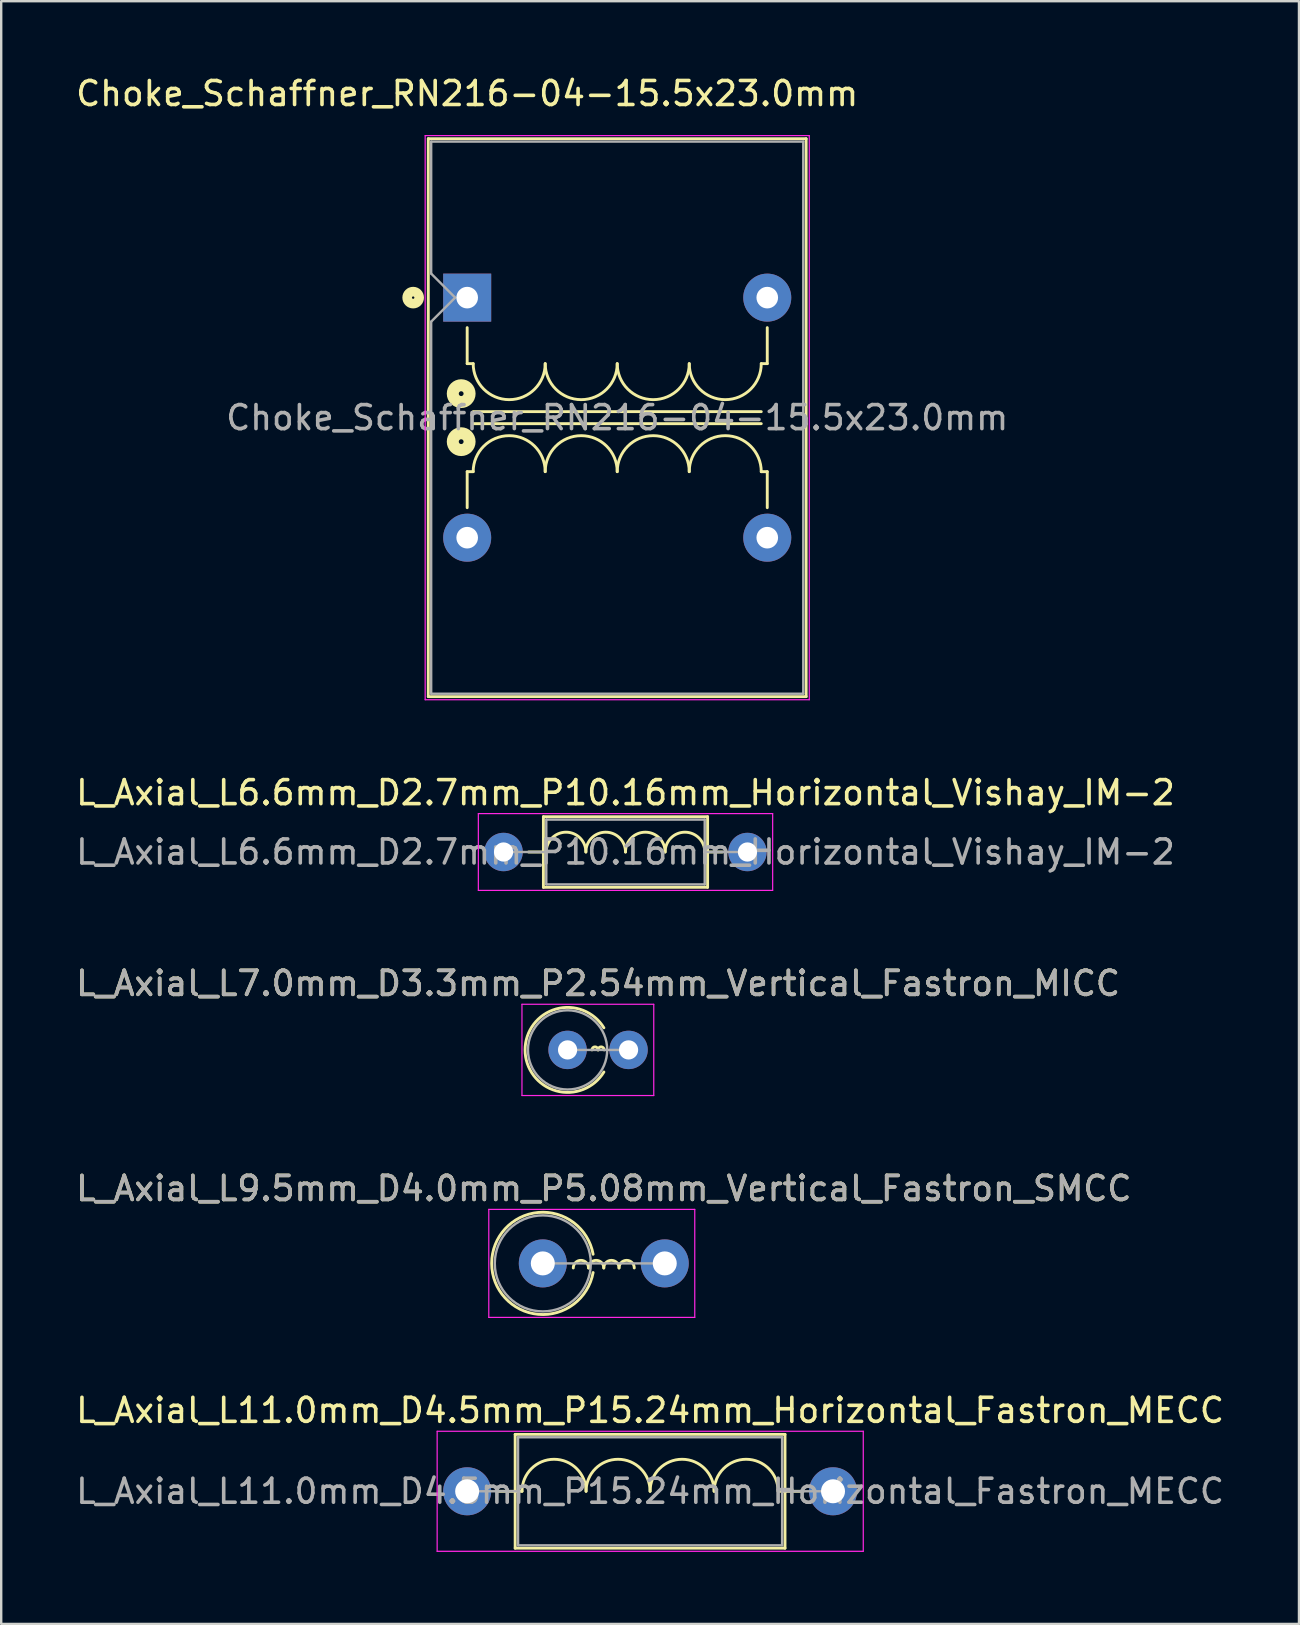
<source format=kicad_pcb>
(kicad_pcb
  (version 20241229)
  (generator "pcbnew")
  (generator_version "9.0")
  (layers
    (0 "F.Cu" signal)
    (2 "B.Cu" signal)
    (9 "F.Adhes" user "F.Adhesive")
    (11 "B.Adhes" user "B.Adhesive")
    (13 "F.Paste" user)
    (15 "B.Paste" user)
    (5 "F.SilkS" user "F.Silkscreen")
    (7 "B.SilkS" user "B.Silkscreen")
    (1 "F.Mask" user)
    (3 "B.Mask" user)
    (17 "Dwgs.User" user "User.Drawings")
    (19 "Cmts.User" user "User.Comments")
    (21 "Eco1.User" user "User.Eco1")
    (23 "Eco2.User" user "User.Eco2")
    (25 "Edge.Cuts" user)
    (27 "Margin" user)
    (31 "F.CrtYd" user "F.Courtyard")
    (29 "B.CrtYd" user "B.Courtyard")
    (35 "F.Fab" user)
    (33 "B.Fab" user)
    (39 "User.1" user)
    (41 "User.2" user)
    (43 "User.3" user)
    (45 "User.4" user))
  (footprint "L_Axial_L7.0mm_D3.3mm_P2.54mm_Vertical_Fastron_MICC"
    (layer "F.Cu")
    (at 20.593 40.685)
    (property "Reference" "L_Axial_L7.0mm_D3.3mm_P2.54mm_Vertical_Fastron_MICC" (at 1.27 -2.77 0) (layer "F.SilkS") (effects (font (size 1 1) (thickness 0.15))))
    (attr through_hole)
    (fp_arc (start 1.016 0) (mid 1.143 -0.127) (end 1.27 0) (stroke (width 0.12) (type solid)) (layer "F.SilkS"))
    (fp_arc (start 1.27 0) (mid 1.397 -0.127) (end 1.524 0) (stroke (width 0.12) (type solid)) (layer "F.SilkS"))
    (fp_arc (start 1.512118 0.92) (mid -1.77 0) (end 1.512118 -0.92) (stroke (width 0.12) (type solid)) (layer "F.SilkS"))
    (fp_line (start -1.9 -1.9) (end -1.9 1.9) (stroke (width 0.05) (type solid)) (layer "F.CrtYd"))
    (fp_line (start -1.9 1.9) (end 3.59 1.9) (stroke (width 0.05) (type solid)) (layer "F.CrtYd"))
    (fp_line (start 3.59 -1.9) (end -1.9 -1.9) (stroke (width 0.05) (type solid)) (layer "F.CrtYd"))
    (fp_line (start 3.59 1.9) (end 3.59 -1.9) (stroke (width 0.05) (type solid)) (layer "F.CrtYd"))
    (fp_line (start 0 0) (end 2.54 0) (stroke (width 0.1) (type solid)) (layer "F.Fab"))
    (fp_circle (center 0 0) (end 1.65 0) (stroke (width 0.1) (type solid)) (fill no) (layer "F.Fab"))
    (fp_text user "${REFERENCE}" (at 1.27 -2.77 0) (layer "F.Fab") (effects (font (size 1 1) (thickness 0.15))))
    (pad "1" thru_hole circle (at 0 0) (size 1.6 1.6) (drill 0.8) (layers "*.Cu" "*.Mask"))
    (pad "2" thru_hole oval (at 2.54 0) (size 1.6 1.6) (drill 0.8) (layers "*.Cu" "*.Mask")))
  (footprint "L_Axial_L9.5mm_D4.0mm_P5.08mm_Vertical_Fastron_SMCC"
    (layer "F.Cu")
    (at 19.561 49.578)
    (property "Reference" "L_Axial_L9.5mm_D4.0mm_P5.08mm_Vertical_Fastron_SMCC" (at 2.54 -3.12 0) (layer "F.SilkS") (effects (font (size 1 1) (thickness 0.15))))
    (attr through_hole)
    (fp_arc (start 1.27 0.1905) (mid 1.5875 -0.127) (end 1.905 0.1905) (stroke (width 0.12) (type solid)) (layer "F.SilkS"))
    (fp_arc (start 1.905 0.1905) (mid 2.2225 -0.127) (end 2.54 0.1905) (stroke (width 0.12) (type solid)) (layer "F.SilkS"))
    (fp_arc (start 2.0955 0.381) (mid -2.129855 0) (end 2.0955 -0.381) (stroke (width 0.12) (type solid)) (layer "F.SilkS"))
    (fp_arc (start 2.54 0.1905) (mid 2.8575 -0.127) (end 3.175 0.1905) (stroke (width 0.12) (type solid)) (layer "F.SilkS"))
    (fp_arc (start 3.175 0.1905) (mid 3.4925 -0.127) (end 3.81 0.1905) (stroke (width 0.12) (type solid)) (layer "F.SilkS"))
    (fp_line (start -2.25 -2.25) (end -2.25 2.25) (stroke (width 0.05) (type solid)) (layer "F.CrtYd"))
    (fp_line (start -2.25 2.25) (end 6.33 2.25) (stroke (width 0.05) (type solid)) (layer "F.CrtYd"))
    (fp_line (start 6.33 -2.25) (end -2.25 -2.25) (stroke (width 0.05) (type solid)) (layer "F.CrtYd"))
    (fp_line (start 6.33 2.25) (end 6.33 -2.25) (stroke (width 0.05) (type solid)) (layer "F.CrtYd"))
    (fp_line (start 0 0) (end 5.08 0) (stroke (width 0.1) (type solid)) (layer "F.Fab"))
    (fp_circle (center 0 0) (end 2 0) (stroke (width 0.1) (type solid)) (fill no) (layer "F.Fab"))
    (fp_text user "${REFERENCE}" (at 2.54 -3.12 0) (layer "F.Fab") (effects (font (size 1 1) (thickness 0.15))))
    (pad "1" thru_hole circle (at 0 0) (size 2 2) (drill 1) (layers "*.Cu" "*.Mask"))
    (pad "2" thru_hole oval (at 5.08 0) (size 2 2) (drill 1) (layers "*.Cu" "*.Mask")))
  (footprint "L_Axial_L11.0mm_D4.5mm_P15.24mm_Horizontal_Fastron_MECC"
    (layer "F.Cu")
    (at 16.41 59.071)
    (property "Reference" "L_Axial_L11.0mm_D4.5mm_P15.24mm_Horizontal_Fastron_MECC" (at 7.62 -3.37 0) (layer "F.SilkS") (effects (font (size 1 1) (thickness 0.15))))
    (attr through_hole)
    (fp_line (start 1.24 0) (end 2 0) (stroke (width 0.12) (type solid)) (layer "F.SilkS"))
    (fp_line (start 2 -2.37) (end 2 2.37) (stroke (width 0.12) (type solid)) (layer "F.SilkS"))
    (fp_line (start 2 2.37) (end 13.24 2.37) (stroke (width 0.12) (type solid)) (layer "F.SilkS"))
    (fp_line (start 2.286 0) (end 2 0) (stroke (width 0.12) (type solid)) (layer "F.SilkS"))
    (fp_line (start 12.954 0) (end 13.271 0) (stroke (width 0.12) (type solid)) (layer "F.SilkS"))
    (fp_line (start 13.24 -2.37) (end 2 -2.37) (stroke (width 0.12) (type solid)) (layer "F.SilkS"))
    (fp_line (start 13.24 2.37) (end 13.24 -2.37) (stroke (width 0.12) (type solid)) (layer "F.SilkS"))
    (fp_line (start 14 0) (end 13.24 0) (stroke (width 0.12) (type solid)) (layer "F.SilkS"))
    (fp_arc (start 2.286 0) (mid 3.6195 -1.3335) (end 4.953 0) (stroke (width 0.12) (type solid)) (layer "F.SilkS"))
    (fp_arc (start 4.953 0) (mid 6.2865 -1.3335) (end 7.62 0) (stroke (width 0.12) (type solid)) (layer "F.SilkS"))
    (fp_arc (start 7.62 0) (mid 8.9535 -1.3335) (end 10.287 0) (stroke (width 0.12) (type solid)) (layer "F.SilkS"))
    (fp_arc (start 10.287 0) (mid 11.6205 -1.3335) (end 12.954 0) (stroke (width 0.12) (type solid)) (layer "F.SilkS"))
    (fp_line (start -1.25 -2.5) (end -1.25 2.5) (stroke (width 0.05) (type solid)) (layer "F.CrtYd"))
    (fp_line (start -1.25 2.5) (end 16.5 2.5) (stroke (width 0.05) (type solid)) (layer "F.CrtYd"))
    (fp_line (start 16.5 -2.5) (end -1.25 -2.5) (stroke (width 0.05) (type solid)) (layer "F.CrtYd"))
    (fp_line (start 16.5 2.5) (end 16.5 -2.5) (stroke (width 0.05) (type solid)) (layer "F.CrtYd"))
    (fp_line (start 0 0) (end 2.12 0) (stroke (width 0.1) (type solid)) (layer "F.Fab"))
    (fp_line (start 2.12 -2.25) (end 2.12 2.25) (stroke (width 0.1) (type solid)) (layer "F.Fab"))
    (fp_line (start 2.12 2.25) (end 13.12 2.25) (stroke (width 0.1) (type solid)) (layer "F.Fab"))
    (fp_line (start 13.12 -2.25) (end 2.12 -2.25) (stroke (width 0.1) (type solid)) (layer "F.Fab"))
    (fp_line (start 13.12 2.25) (end 13.12 -2.25) (stroke (width 0.1) (type solid)) (layer "F.Fab"))
    (fp_line (start 15.24 0) (end 13.12 0) (stroke (width 0.1) (type solid)) (layer "F.Fab"))
    (fp_text user "${REFERENCE}" (at 7.62 0 0) (layer "F.Fab") (effects (font (size 1 1) (thickness 0.15))))
    (pad "1" thru_hole circle (at 0 0) (size 2 2) (drill 1) (layers "*.Cu" "*.Mask"))
    (pad "2" thru_hole oval (at 15.24 0) (size 2 2) (drill 1) (layers "*.Cu" "*.Mask")))
  (footprint "Choke_Schaffner_RN216-04-15.5x23.0mm"
    (layer "F.Cu")
    (at 16.411 9.348)
    (property "Reference" "Choke_Schaffner_RN216-04-15.5x23.0mm" (at 0 -8.5 0) (layer "F.SilkS") (effects (font (size 1 1) (thickness 0.15))))
    (attr through_hole)
    (fp_line (start -1.62 -6.62) (end 14.12 -6.62) (stroke (width 0.12) (type solid)) (layer "F.SilkS"))
    (fp_line (start -1.62 16.62) (end -1.62 -6.62) (stroke (width 0.12) (type solid)) (layer "F.SilkS"))
    (fp_line (start 0 2.75) (end 0 1.25) (stroke (width 0.12) (type solid)) (layer "F.SilkS"))
    (fp_line (start 0 7.25) (end 0 8.75) (stroke (width 0.12) (type solid)) (layer "F.SilkS"))
    (fp_line (start 0.25 2.75) (end 0 2.75) (stroke (width 0.12) (type solid)) (layer "F.SilkS"))
    (fp_line (start 0.25 5.25) (end 12.25 5.25) (stroke (width 0.12) (type solid)) (layer "F.SilkS"))
    (fp_line (start 0.25 7.25) (end 0 7.25) (stroke (width 0.12) (type solid)) (layer "F.SilkS"))
    (fp_line (start 12.25 2.75) (end 12.5 2.75) (stroke (width 0.12) (type solid)) (layer "F.SilkS"))
    (fp_line (start 12.25 4.75) (end 0.25 4.75) (stroke (width 0.12) (type solid)) (layer "F.SilkS"))
    (fp_line (start 12.25 7.25) (end 12.5 7.25) (stroke (width 0.12) (type solid)) (layer "F.SilkS"))
    (fp_line (start 12.5 2.75) (end 12.5 1.25) (stroke (width 0.12) (type solid)) (layer "F.SilkS"))
    (fp_line (start 12.5 7.25) (end 12.5 8.75) (stroke (width 0.12) (type solid)) (layer "F.SilkS"))
    (fp_line (start 14.12 -6.62) (end 14.12 16.62) (stroke (width 0.12) (type solid)) (layer "F.SilkS"))
    (fp_line (start 14.12 16.62) (end -1.62 16.62) (stroke (width 0.12) (type solid)) (layer "F.SilkS"))
    (fp_arc (start 0.25 7.25) (mid 1.75 5.75) (end 3.25 7.25) (stroke (width 0.12) (type solid)) (layer "F.SilkS"))
    (fp_arc (start 3.25 2.75) (mid 1.75 4.25) (end 0.25 2.75) (stroke (width 0.12) (type solid)) (layer "F.SilkS"))
    (fp_arc (start 3.25 7.25) (mid 4.75 5.75) (end 6.25 7.25) (stroke (width 0.12) (type solid)) (layer "F.SilkS"))
    (fp_arc (start 6.25 2.75) (mid 4.75 4.25) (end 3.25 2.75) (stroke (width 0.12) (type solid)) (layer "F.SilkS"))
    (fp_arc (start 6.25 7.25) (mid 7.75 5.75) (end 9.25 7.25) (stroke (width 0.12) (type solid)) (layer "F.SilkS"))
    (fp_arc (start 9.25 2.75) (mid 7.75 4.25) (end 6.25 2.75) (stroke (width 0.12) (type solid)) (layer "F.SilkS"))
    (fp_arc (start 9.25 7.25) (mid 10.75 5.75) (end 12.25 7.25) (stroke (width 0.12) (type solid)) (layer "F.SilkS"))
    (fp_arc (start 12.25 2.75) (mid 10.75 4.25) (end 9.25 2.75) (stroke (width 0.12) (type solid)) (layer "F.SilkS"))
    (fp_circle (center -2.25 0) (end -2.2 0) (stroke (width 0.4) (type solid)) (fill no) (layer "F.SilkS"))
    (fp_circle (center -0.25 4) (end -0.15 4) (stroke (width 0.5) (type solid)) (fill no) (layer "F.SilkS"))
    (fp_circle (center -0.25 6) (end -0.15 6) (stroke (width 0.5) (type solid)) (fill no) (layer "F.SilkS"))
    (fp_line (start -1.75 -6.75) (end -1.75 16.75) (stroke (width 0.05) (type solid)) (layer "F.CrtYd"))
    (fp_line (start -1.75 16.75) (end 14.25 16.75) (stroke (width 0.05) (type solid)) (layer "F.CrtYd"))
    (fp_line (start 14.25 -6.75) (end -1.75 -6.75) (stroke (width 0.05) (type solid)) (layer "F.CrtYd"))
    (fp_line (start 14.25 16.75) (end 14.25 -6.75) (stroke (width 0.05) (type solid)) (layer "F.CrtYd"))
    (fp_line (start -1.5 -6.5) (end 14 -6.5) (stroke (width 0.1) (type solid)) (layer "F.Fab"))
    (fp_line (start -1.5 -1) (end -1.5 -6.5) (stroke (width 0.1) (type solid)) (layer "F.Fab"))
    (fp_line (start -1.5 1) (end -0.5 0) (stroke (width 0.1) (type solid)) (layer "F.Fab"))
    (fp_line (start -1.5 16.5) (end -1.5 1) (stroke (width 0.1) (type solid)) (layer "F.Fab"))
    (fp_line (start -0.5 0) (end -1.5 -1) (stroke (width 0.1) (type solid)) (layer "F.Fab"))
    (fp_line (start 14 -6.5) (end 14 16.5) (stroke (width 0.1) (type solid)) (layer "F.Fab"))
    (fp_line (start 14 16.5) (end -1.5 16.5) (stroke (width 0.1) (type solid)) (layer "F.Fab"))
    (fp_text user "${REFERENCE}" (at 6.25 5 0) (layer "F.Fab") (effects (font (size 1 1) (thickness 0.15))))
    (pad "1" thru_hole rect (at 0 0) (size 2 2) (drill 0.9) (layers "*.Cu" "*.Mask"))
    (pad "2" thru_hole circle (at 12.5 0) (size 2 2) (drill 0.9) (layers "*.Cu" "*.Mask"))
    (pad "3" thru_hole circle (at 0 10) (size 2 2) (drill 0.9) (layers "*.Cu" "*.Mask"))
    (pad "4" thru_hole circle (at 12.5 10) (size 2 2) (drill 0.9) (layers "*.Cu" "*.Mask")))
  (footprint "L_Axial_L6.6mm_D2.7mm_P10.16mm_Horizontal_Vishay_IM-2"
    (layer "F.Cu")
    (at 17.926 32.441)
    (property "Reference" "L_Axial_L6.6mm_D2.7mm_P10.16mm_Horizontal_Vishay_IM-2" (at 5.08 -2.47 0) (layer "F.SilkS") (effects (font (size 1 1) (thickness 0.15))))
    (attr through_hole)
    (fp_line (start 1.04 0) (end 1.66 0) (stroke (width 0.12) (type solid)) (layer "F.SilkS"))
    (fp_line (start 1.66 -1.47) (end 1.66 1.47) (stroke (width 0.12) (type solid)) (layer "F.SilkS"))
    (fp_line (start 1.66 1.47) (end 8.5 1.47) (stroke (width 0.12) (type solid)) (layer "F.SilkS"))
    (fp_line (start 1.778 0) (end 1.651 0) (stroke (width 0.12) (type solid)) (layer "F.SilkS"))
    (fp_line (start 8.382 0) (end 8.5 0) (stroke (width 0.12) (type solid)) (layer "F.SilkS"))
    (fp_line (start 8.5 -1.47) (end 1.66 -1.47) (stroke (width 0.12) (type solid)) (layer "F.SilkS"))
    (fp_line (start 8.5 1.47) (end 8.5 -1.47) (stroke (width 0.12) (type solid)) (layer "F.SilkS"))
    (fp_line (start 9.12 0) (end 8.5 0) (stroke (width 0.12) (type solid)) (layer "F.SilkS"))
    (fp_arc (start 1.778 0) (mid 2.6035 -0.8255) (end 3.429 0) (stroke (width 0.12) (type solid)) (layer "F.SilkS"))
    (fp_arc (start 3.429 0) (mid 4.2545 -0.8255) (end 5.08 0) (stroke (width 0.12) (type solid)) (layer "F.SilkS"))
    (fp_arc (start 5.08 0) (mid 5.9055 -0.8255) (end 6.731 0) (stroke (width 0.12) (type solid)) (layer "F.SilkS"))
    (fp_arc (start 6.731 0) (mid 7.5565 -0.8255) (end 8.382 0) (stroke (width 0.12) (type solid)) (layer "F.SilkS"))
    (fp_line (start -1.05 -1.6) (end -1.05 1.6) (stroke (width 0.05) (type solid)) (layer "F.CrtYd"))
    (fp_line (start -1.05 1.6) (end 11.21 1.6) (stroke (width 0.05) (type solid)) (layer "F.CrtYd"))
    (fp_line (start 11.21 -1.6) (end -1.05 -1.6) (stroke (width 0.05) (type solid)) (layer "F.CrtYd"))
    (fp_line (start 11.21 1.6) (end 11.21 -1.6) (stroke (width 0.05) (type solid)) (layer "F.CrtYd"))
    (fp_line (start 0 0) (end 1.78 0) (stroke (width 0.1) (type solid)) (layer "F.Fab"))
    (fp_line (start 1.78 -1.35) (end 1.78 1.35) (stroke (width 0.1) (type solid)) (layer "F.Fab"))
    (fp_line (start 1.78 1.35) (end 8.38 1.35) (stroke (width 0.1) (type solid)) (layer "F.Fab"))
    (fp_line (start 8.38 -1.35) (end 1.78 -1.35) (stroke (width 0.1) (type solid)) (layer "F.Fab"))
    (fp_line (start 8.38 1.35) (end 8.38 -1.35) (stroke (width 0.1) (type solid)) (layer "F.Fab"))
    (fp_line (start 10.16 0) (end 8.38 0) (stroke (width 0.1) (type solid)) (layer "F.Fab"))
    (fp_text user "${REFERENCE}" (at 5.08 0 0) (layer "F.Fab") (effects (font (size 1 1) (thickness 0.15))))
    (pad "1" thru_hole circle (at 0 0) (size 1.6 1.6) (drill 0.8) (layers "*.Cu" "*.Mask"))
    (pad "2" thru_hole oval (at 10.16 0) (size 1.6 1.6) (drill 0.8) (layers "*.Cu" "*.Mask")))
  (gr_rect
    (start -3 -3)
    (end 51.06 64.596)
    (stroke (width 0.1) (type default))
    (fill no)
    (layer "Edge.Cuts")))
</source>
